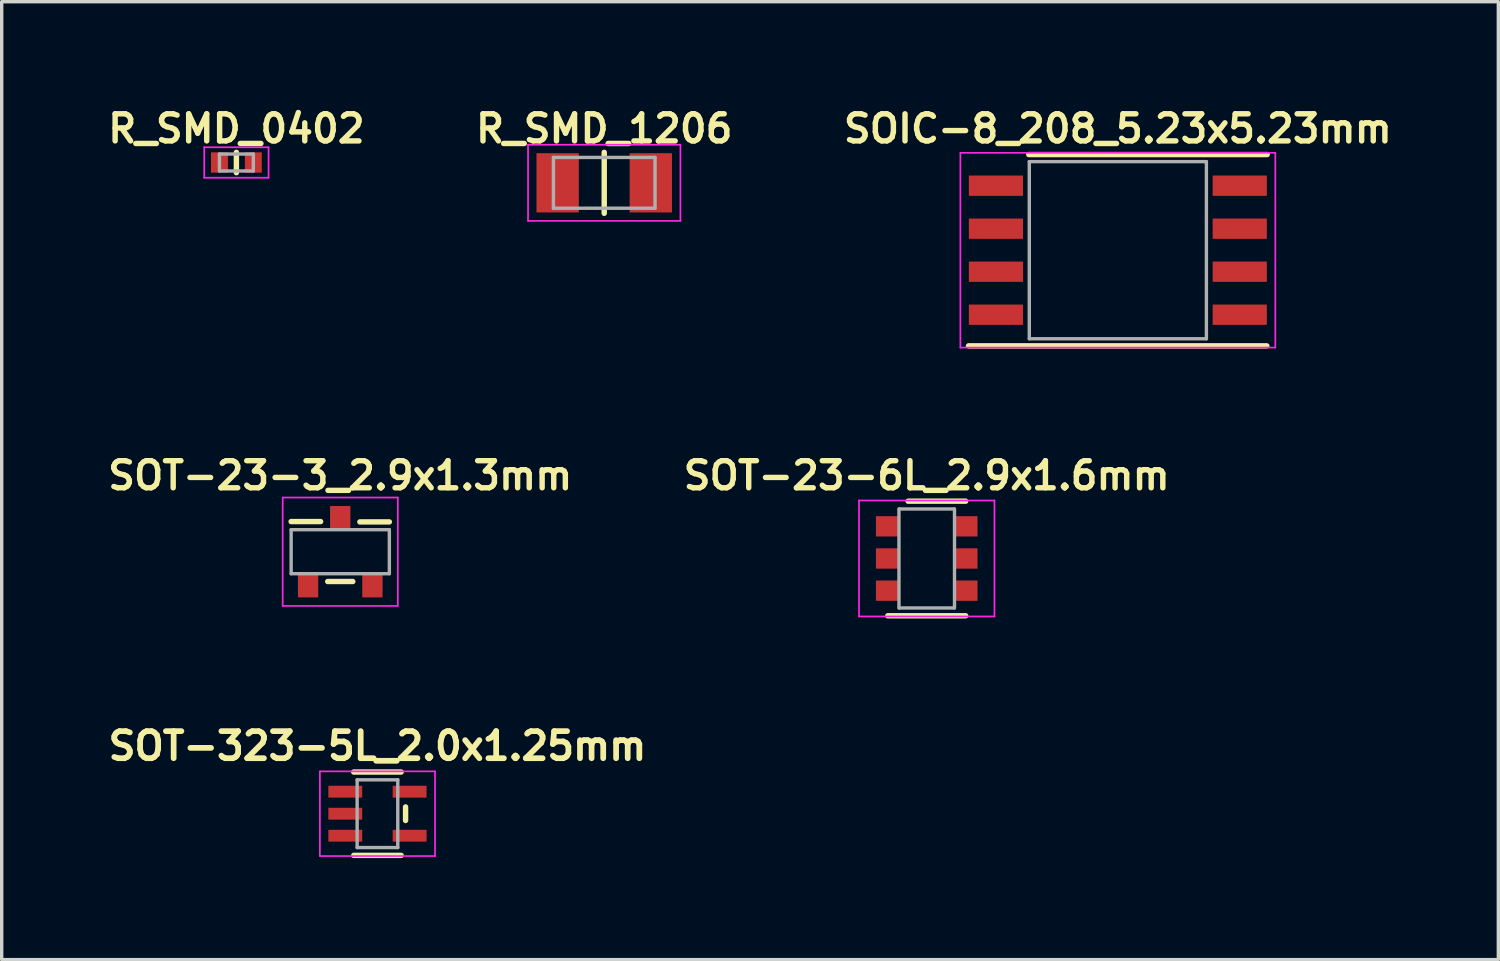
<source format=kicad_pcb>
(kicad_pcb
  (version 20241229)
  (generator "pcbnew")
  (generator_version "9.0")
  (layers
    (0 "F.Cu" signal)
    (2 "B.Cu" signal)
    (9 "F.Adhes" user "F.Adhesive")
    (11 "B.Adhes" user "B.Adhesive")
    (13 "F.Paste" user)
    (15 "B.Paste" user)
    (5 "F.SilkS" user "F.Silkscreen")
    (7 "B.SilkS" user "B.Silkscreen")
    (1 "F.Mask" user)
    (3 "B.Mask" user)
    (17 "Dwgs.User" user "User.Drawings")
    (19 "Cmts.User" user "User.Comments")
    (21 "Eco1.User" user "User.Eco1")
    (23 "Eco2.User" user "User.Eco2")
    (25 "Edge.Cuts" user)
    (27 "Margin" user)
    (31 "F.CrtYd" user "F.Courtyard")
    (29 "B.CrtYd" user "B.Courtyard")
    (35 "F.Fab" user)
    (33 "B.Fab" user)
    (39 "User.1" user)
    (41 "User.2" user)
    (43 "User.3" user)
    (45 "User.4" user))
  (footprint "R_SMD_0402"
    (layer "F.Cu")
    (at 3.931 1.749)
    (property "Reference" "R_SMD_0402" (at 0 -1 0) (layer "F.SilkS") (effects (font (size 0.8 0.8) (thickness 0.16))))
    (attr through_hole)
    (fp_line (start 0 -0.3) (end 0 0.3) (stroke (width 0.16) (type solid)) (layer "F.SilkS"))
    (fp_line (start -0.95 -0.45) (end 0.95 -0.45) (stroke (width 0.05) (type solid)) (layer "F.CrtYd"))
    (fp_line (start -0.95 0.45) (end -0.95 -0.45) (stroke (width 0.05) (type solid)) (layer "F.CrtYd"))
    (fp_line (start -0.95 0.45) (end 0.95 0.45) (stroke (width 0.05) (type solid)) (layer "F.CrtYd"))
    (fp_line (start 0.95 0.45) (end 0.95 -0.45) (stroke (width 0.05) (type solid)) (layer "F.CrtYd"))
    (fp_line (start -0.5 -0.25) (end 0.5 -0.25) (stroke (width 0.1) (type solid)) (layer "F.Fab"))
    (fp_line (start -0.5 0.25) (end -0.5 -0.25) (stroke (width 0.1) (type solid)) (layer "F.Fab"))
    (fp_line (start -0.5 0.25) (end 0.5 0.25) (stroke (width 0.1) (type solid)) (layer "F.Fab"))
    (fp_line (start 0.5 0.25) (end 0.5 -0.25) (stroke (width 0.1) (type solid)) (layer "F.Fab"))
    (pad "1" smd rect (at -0.5 0) (size 0.5 0.6) (layers "F.Cu" "F.Mask" "F.Paste"))
    (pad "2" smd rect (at 0.5 0) (size 0.5 0.6) (layers "F.Cu" "F.Mask" "F.Paste")))
  (footprint "R_SMD_1206"
    (layer "F.Cu")
    (at 14.794 2.349)
    (property "Reference" "R_SMD_1206" (at 0 -1.6 0) (layer "F.SilkS") (effects (font (size 0.8 0.8) (thickness 0.16))))
    (attr through_hole)
    (fp_line (start 0 -0.9) (end 0 0.9) (stroke (width 0.16) (type solid)) (layer "F.SilkS"))
    (fp_line (start -2.25 -1.125) (end 2.25 -1.125) (stroke (width 0.05) (type solid)) (layer "F.CrtYd"))
    (fp_line (start -2.25 1.125) (end -2.25 -1.125) (stroke (width 0.05) (type solid)) (layer "F.CrtYd"))
    (fp_line (start 2.25 1.125) (end -2.25 1.125) (stroke (width 0.05) (type solid)) (layer "F.CrtYd"))
    (fp_line (start 2.25 1.125) (end 2.25 -1.125) (stroke (width 0.05) (type solid)) (layer "F.CrtYd"))
    (fp_line (start -1.5 -0.75) (end -1.5 0.75) (stroke (width 0.1) (type solid)) (layer "F.Fab"))
    (fp_line (start -1.5 0.75) (end 1.5 0.75) (stroke (width 0.1) (type solid)) (layer "F.Fab"))
    (fp_line (start 1.5 -0.75) (end -1.5 -0.75) (stroke (width 0.1) (type solid)) (layer "F.Fab"))
    (fp_line (start 1.5 0.75) (end 1.5 -0.75) (stroke (width 0.1) (type solid)) (layer "F.Fab"))
    (pad "1" smd rect (at -1.375 0) (size 1.25 1.75) (layers "F.Cu" "F.Mask" "F.Paste"))
    (pad "2" smd rect (at 1.375 0) (size 1.25 1.75) (layers "F.Cu" "F.Mask" "F.Paste")))
  (footprint "SOT-23-6L_2.9x1.6mm"
    (layer "F.Cu")
    (at 24.318 13.443)
    (property "Reference" "SOT-23-6L_2.9x1.6mm" (at 0 -2.45 0) (layer "F.SilkS") (effects (font (size 0.8 0.8) (thickness 0.16))))
    (attr through_hole)
    (fp_line (start -0.55 -1.692) (end 1.15 -1.692) (stroke (width 0.16) (type solid)) (layer "F.SilkS"))
    (fp_line (start 1.15 1.692) (end -1.15 1.692) (stroke (width 0.16) (type solid)) (layer "F.SilkS"))
    (fp_line (start -2 1.712) (end -2 -1.712) (stroke (width 0.05) (type solid)) (layer "F.CrtYd"))
    (fp_line (start -2 1.712) (end 2 1.712) (stroke (width 0.05) (type solid)) (layer "F.CrtYd"))
    (fp_line (start 2 -1.712) (end -2 -1.712) (stroke (width 0.05) (type solid)) (layer "F.CrtYd"))
    (fp_line (start 2 1.712) (end 2 -1.712) (stroke (width 0.05) (type solid)) (layer "F.CrtYd"))
    (fp_line (start -0.82 -1.462) (end -0.82 1.462) (stroke (width 0.1) (type solid)) (layer "F.Fab"))
    (fp_line (start -0.812 -1.462) (end 0.812 -1.462) (stroke (width 0.1) (type solid)) (layer "F.Fab"))
    (fp_line (start 0.812 1.462) (end -0.812 1.462) (stroke (width 0.1) (type solid)) (layer "F.Fab"))
    (fp_line (start 0.82 1.462) (end 0.82 -1.462) (stroke (width 0.1) (type solid)) (layer "F.Fab"))
    (pad "1" smd rect (at -1.15 -0.95 90) (size 0.6 0.7) (layers "F.Cu" "F.Mask" "F.Paste"))
    (pad "2" smd rect (at -1.15 0 90) (size 0.6 0.7) (layers "F.Cu" "F.Mask" "F.Paste"))
    (pad "3" smd rect (at -1.15 0.95 90) (size 0.6 0.7) (layers "F.Cu" "F.Mask" "F.Paste"))
    (pad "4" smd rect (at 1.15 0.95 90) (size 0.6 0.7) (layers "F.Cu" "F.Mask" "F.Paste"))
    (pad "5" smd rect (at 1.15 0 90) (size 0.6 0.7) (layers "F.Cu" "F.Mask" "F.Paste"))
    (pad "6" smd rect (at 1.15 -0.95 90) (size 0.6 0.7) (layers "F.Cu" "F.Mask" "F.Paste")))
  (footprint "SOIC-8_208_5.23x5.23mm"
    (layer "F.Cu")
    (at 29.962 4.339)
    (property "Reference" "SOIC-8_208_5.23x5.23mm" (at 0 -3.59 0) (layer "F.SilkS") (effects (font (size 0.8 0.8) (thickness 0.16))))
    (attr through_hole)
    (fp_line (start -4.41 2.825) (end 4.4 2.825) (stroke (width 0.16) (type solid)) (layer "F.SilkS"))
    (fp_line (start 4.41 -2.825) (end -2.63 -2.825) (stroke (width 0.16) (type solid)) (layer "F.SilkS"))
    (fp_line (start -4.65 2.875) (end -4.65 -2.875) (stroke (width 0.05) (type solid)) (layer "F.CrtYd"))
    (fp_line (start -4.65 2.875) (end 4.65 2.875) (stroke (width 0.05) (type solid)) (layer "F.CrtYd"))
    (fp_line (start 4.65 -2.875) (end -4.65 -2.875) (stroke (width 0.05) (type solid)) (layer "F.CrtYd"))
    (fp_line (start 4.65 -2.875) (end 4.65 2.875) (stroke (width 0.05) (type solid)) (layer "F.CrtYd"))
    (fp_line (start -2.615 -2.615) (end 2.615 -2.615) (stroke (width 0.1) (type solid)) (layer "F.Fab"))
    (fp_line (start -2.615 2.615) (end -2.615 -2.615) (stroke (width 0.1) (type solid)) (layer "F.Fab"))
    (fp_line (start 2.615 -2.615) (end 2.615 2.615) (stroke (width 0.1) (type solid)) (layer "F.Fab"))
    (fp_line (start 2.615 2.615) (end -2.615 2.615) (stroke (width 0.1) (type solid)) (layer "F.Fab"))
    (pad "1" smd rect (at -3.6 -1.905) (size 1.6 0.6) (layers "F.Cu" "F.Mask" "F.Paste"))
    (pad "2" smd rect (at -3.6 -0.635) (size 1.6 0.6) (layers "F.Cu" "F.Mask" "F.Paste"))
    (pad "3" smd rect (at -3.6 0.635) (size 1.6 0.6) (layers "F.Cu" "F.Mask" "F.Paste"))
    (pad "4" smd rect (at -3.6 1.905) (size 1.6 0.6) (layers "F.Cu" "F.Mask" "F.Paste"))
    (pad "5" smd rect (at 3.6 1.905) (size 1.6 0.6) (layers "F.Cu" "F.Mask" "F.Paste"))
    (pad "6" smd rect (at 3.6 0.635) (size 1.6 0.6) (layers "F.Cu" "F.Mask" "F.Paste"))
    (pad "7" smd rect (at 3.6 -0.635) (size 1.6 0.6) (layers "F.Cu" "F.Mask" "F.Paste"))
    (pad "8" smd rect (at 3.6 -1.905) (size 1.6 0.6) (layers "F.Cu" "F.Mask" "F.Paste")))
  (footprint "SOT-323-5L_2.0x1.25mm"
    (layer "F.Cu")
    (at 8.097 20.98)
    (property "Reference" "SOT-323-5L_2.0x1.25mm" (at 0 -2 0) (layer "F.SilkS") (effects (font (size 0.8 0.8) (thickness 0.169))))
    (attr through_hole)
    (fp_line (start -0.7 -1.23) (end 0.7 -1.23) (stroke (width 0.16) (type solid)) (layer "F.SilkS"))
    (fp_line (start 0.7 1.23) (end -0.7 1.23) (stroke (width 0.16) (type solid)) (layer "F.SilkS"))
    (fp_line (start 0.83 -0.2) (end 0.83 0.2) (stroke (width 0.16) (type solid)) (layer "F.SilkS"))
    (fp_line (start -1.7 -1.25) (end 1.7 -1.25) (stroke (width 0.05) (type solid)) (layer "F.CrtYd"))
    (fp_line (start -1.7 1.25) (end -1.7 -1.25) (stroke (width 0.05) (type solid)) (layer "F.CrtYd"))
    (fp_line (start 1.7 -1.25) (end 1.7 1.25) (stroke (width 0.05) (type solid)) (layer "F.CrtYd"))
    (fp_line (start 1.7 1.25) (end -1.7 1.25) (stroke (width 0.05) (type solid)) (layer "F.CrtYd"))
    (fp_line (start -0.6 -1) (end 0.6 -1) (stroke (width 0.1) (type solid)) (layer "F.Fab"))
    (fp_line (start -0.6 1) (end -0.6 -1) (stroke (width 0.1) (type solid)) (layer "F.Fab"))
    (fp_line (start 0.6 -1) (end 0.6 1) (stroke (width 0.1) (type solid)) (layer "F.Fab"))
    (fp_line (start 0.6 1) (end -0.6 1) (stroke (width 0.1) (type solid)) (layer "F.Fab"))
    (pad "1" smd rect (at -0.95 -0.65) (size 1 0.35) (layers "F.Cu" "F.Mask" "F.Paste"))
    (pad "2" smd rect (at -0.95 0) (size 1 0.35) (layers "F.Cu" "F.Mask" "F.Paste"))
    (pad "3" smd rect (at -0.95 0.65) (size 1 0.35) (layers "F.Cu" "F.Mask" "F.Paste"))
    (pad "4" smd rect (at 0.95 0.65) (size 1 0.35) (layers "F.Cu" "F.Mask" "F.Paste"))
    (pad "5" smd rect (at 0.95 -0.65) (size 1 0.35) (layers "F.Cu" "F.Mask" "F.Paste")))
  (footprint "SOT-23-3_2.9x1.3mm"
    (layer "F.Cu")
    (at 6.998 13.243)
    (property "Reference" "SOT-23-3_2.9x1.3mm" (at 0 -2.25 0) (layer "F.SilkS") (effects (font (size 0.8 0.8) (thickness 0.16))))
    (attr through_hole)
    (fp_line (start -1.45 -0.89) (end -0.58 -0.89) (stroke (width 0.16) (type solid)) (layer "F.SilkS"))
    (fp_line (start -0.37 0.88) (end 0.37 0.88) (stroke (width 0.16) (type solid)) (layer "F.SilkS"))
    (fp_line (start 0.58 -0.88) (end 1.45 -0.88) (stroke (width 0.16) (type solid)) (layer "F.SilkS"))
    (fp_line (start -1.7 -1.6) (end -1.7 1.6) (stroke (width 0.05) (type solid)) (layer "F.CrtYd"))
    (fp_line (start -1.7 -1.6) (end 1.7 -1.6) (stroke (width 0.05) (type solid)) (layer "F.CrtYd"))
    (fp_line (start 1.7 1.6) (end -1.7 1.6) (stroke (width 0.05) (type solid)) (layer "F.CrtYd"))
    (fp_line (start 1.7 1.6) (end 1.7 -1.6) (stroke (width 0.05) (type solid)) (layer "F.CrtYd"))
    (fp_line (start -1.45 -0.65) (end -1.45 0.65) (stroke (width 0.1) (type solid)) (layer "F.Fab"))
    (fp_line (start -1.45 0.65) (end 1.45 0.65) (stroke (width 0.1) (type solid)) (layer "F.Fab"))
    (fp_line (start 1.45 -0.65) (end -1.45 -0.65) (stroke (width 0.1) (type solid)) (layer "F.Fab"))
    (fp_line (start 1.45 0.65) (end 1.45 -0.65) (stroke (width 0.1) (type solid)) (layer "F.Fab"))
    (pad "1" smd rect (at -0.95 1) (size 0.6 0.7) (layers "F.Cu" "F.Mask" "F.Paste"))
    (pad "2" smd rect (at 0.95 1) (size 0.6 0.7) (layers "F.Cu" "F.Mask" "F.Paste"))
    (pad "3" smd rect (at 0 -1) (size 0.6 0.7) (layers "F.Cu" "F.Mask" "F.Paste")))
  (gr_rect
    (start -3 -3)
    (end 41.198 25.29)
    (stroke (width 0.1) (type default))
    (fill no)
    (layer "Edge.Cuts")))
</source>
